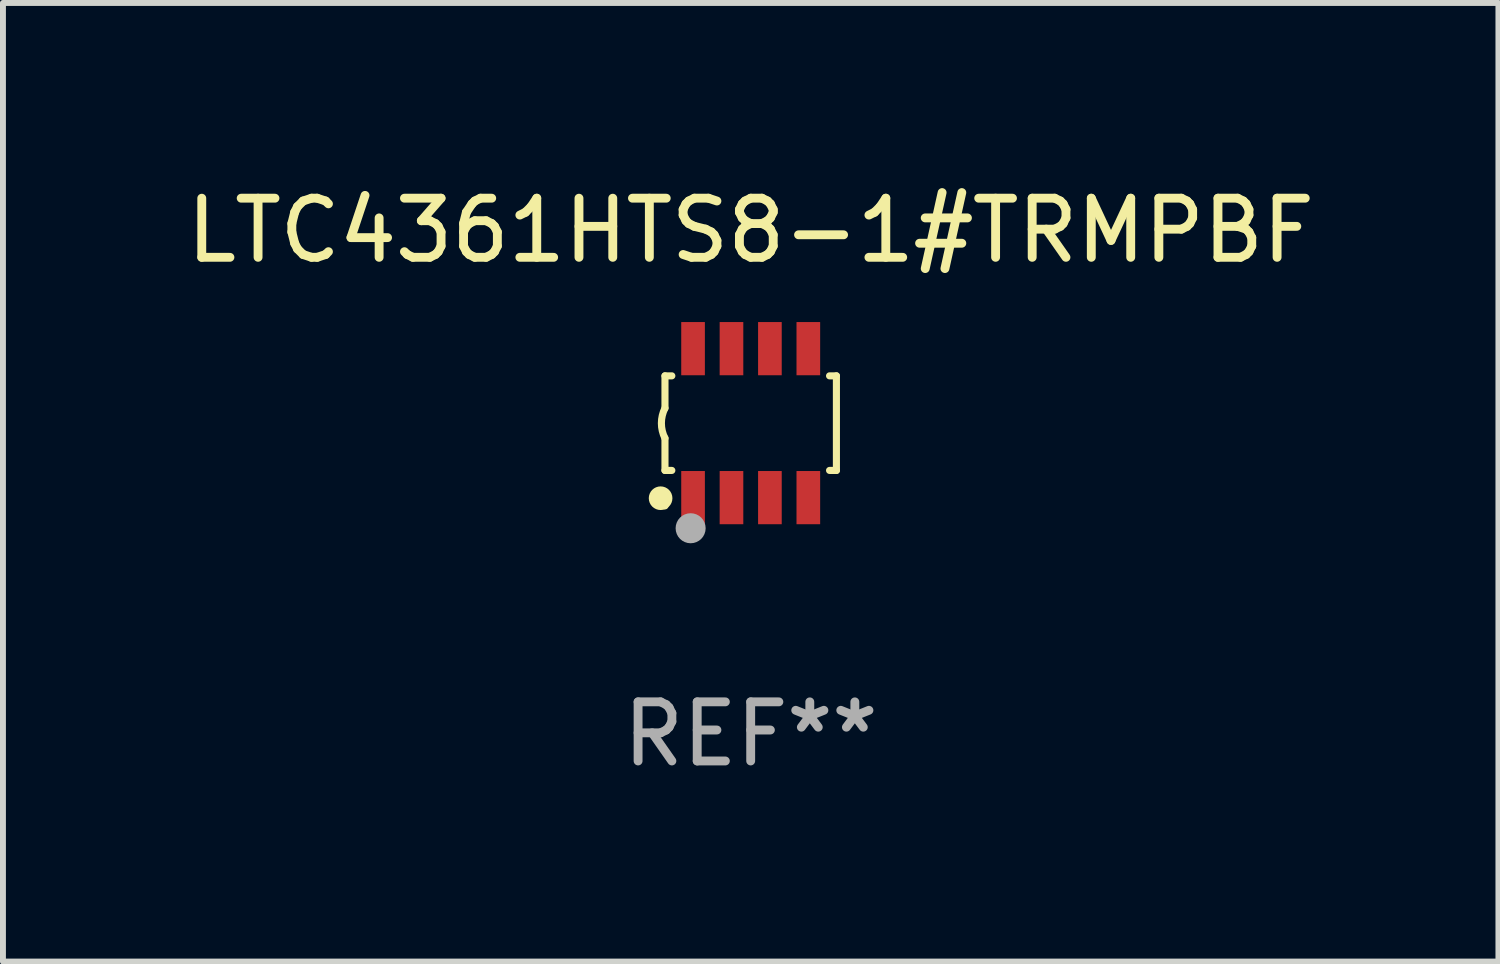
<source format=kicad_pcb>
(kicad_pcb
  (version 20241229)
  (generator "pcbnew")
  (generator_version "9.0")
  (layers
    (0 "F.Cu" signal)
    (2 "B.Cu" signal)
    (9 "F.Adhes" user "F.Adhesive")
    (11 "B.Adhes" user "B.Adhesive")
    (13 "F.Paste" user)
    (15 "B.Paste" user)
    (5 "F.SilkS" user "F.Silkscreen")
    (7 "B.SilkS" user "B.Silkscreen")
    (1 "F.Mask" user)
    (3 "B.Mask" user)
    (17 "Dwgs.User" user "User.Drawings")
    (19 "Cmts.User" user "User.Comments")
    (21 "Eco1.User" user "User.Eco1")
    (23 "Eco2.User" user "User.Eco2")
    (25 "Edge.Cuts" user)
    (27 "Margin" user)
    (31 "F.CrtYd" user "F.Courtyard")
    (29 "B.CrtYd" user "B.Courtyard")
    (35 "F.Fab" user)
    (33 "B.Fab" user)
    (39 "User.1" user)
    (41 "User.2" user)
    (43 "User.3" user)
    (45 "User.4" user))
  (footprint "LTC4361HTS8-1#TRMPBF"
    (layer "F.Cu")
    (at 9.649 4.108)
    (property "Reference" "LTC4361HTS8-1#TRMPBF" (at 0 -3.26 0) (layer "F.SilkS") (effects (font (size 1 1) (thickness 0.15))))
    (attr through_hole)
    (fp_line (start -1.45 -0.8) (end -1.45 -0.254) (stroke (width 0.12) (type solid)) (layer "F.SilkS"))
    (fp_line (start -1.45 -0.8) (end -1.334 -0.8) (stroke (width 0.12) (type solid)) (layer "F.SilkS"))
    (fp_line (start -1.45 0.8) (end -1.45 0.254) (stroke (width 0.12) (type solid)) (layer "F.SilkS"))
    (fp_line (start -1.45 0.8) (end -1.334 0.8) (stroke (width 0.12) (type solid)) (layer "F.SilkS"))
    (fp_line (start 1.334 -0.8) (end 1.45 -0.8) (stroke (width 0.12) (type solid)) (layer "F.SilkS"))
    (fp_line (start 1.334 0.8) (end 1.45 0.8) (stroke (width 0.12) (type solid)) (layer "F.SilkS"))
    (fp_line (start 1.45 0.8) (end 1.45 -0.8) (stroke (width 0.12) (type solid)) (layer "F.SilkS"))
    (fp_arc (start -1.45075 0.255144) (mid -1.510605 0.000434) (end -1.450013 -0.254102) (stroke (width 0.11999) (type solid)) (layer "F.SilkS"))
    (fp_circle (center -1.524 1.27) (end -1.424 1.27) (stroke (width 0.2) (type solid)) (fill no) (layer "F.SilkS"))
    (fp_circle (center -1.45 1.4) (end -1.42 1.4) (stroke (width 0.06) (type solid)) (fill no) (layer "F.SilkS"))
    (fp_circle (center -1.016 1.778) (end -0.889 1.778) (stroke (width 0.254) (type solid)) (fill no) (layer "F.Fab"))
    (fp_text user "REF**" (at 0 5.26 0) (layer "F.Fab") (effects (font (size 1 1) (thickness 0.15))))
    (pad "1" smd rect (at -0.975 1.26) (size 0.4 0.9) (layers "F.Cu" "F.Mask" "F.Paste"))
    (pad "2" smd rect (at -0.325 1.26) (size 0.4 0.9) (layers "F.Cu" "F.Mask" "F.Paste"))
    (pad "3" smd rect (at 0.325 1.26) (size 0.4 0.9) (layers "F.Cu" "F.Mask" "F.Paste"))
    (pad "4" smd rect (at 0.975 1.26) (size 0.4 0.9) (layers "F.Cu" "F.Mask" "F.Paste"))
    (pad "5" smd rect (at 0.975 -1.26) (size 0.4 0.9) (layers "F.Cu" "F.Mask" "F.Paste"))
    (pad "6" smd rect (at 0.325 -1.26) (size 0.4 0.9) (layers "F.Cu" "F.Mask" "F.Paste"))
    (pad "7" smd rect (at -0.325 -1.26) (size 0.4 0.9) (layers "F.Cu" "F.Mask" "F.Paste"))
    (pad "8" smd rect (at -0.975 -1.26) (size 0.4 0.9) (layers "F.Cu" "F.Mask" "F.Paste")))
  (gr_rect
    (start -3 -3)
    (end 22.298 13.216)
    (stroke (width 0.1) (type default))
    (fill no)
    (layer "Edge.Cuts")))
</source>
